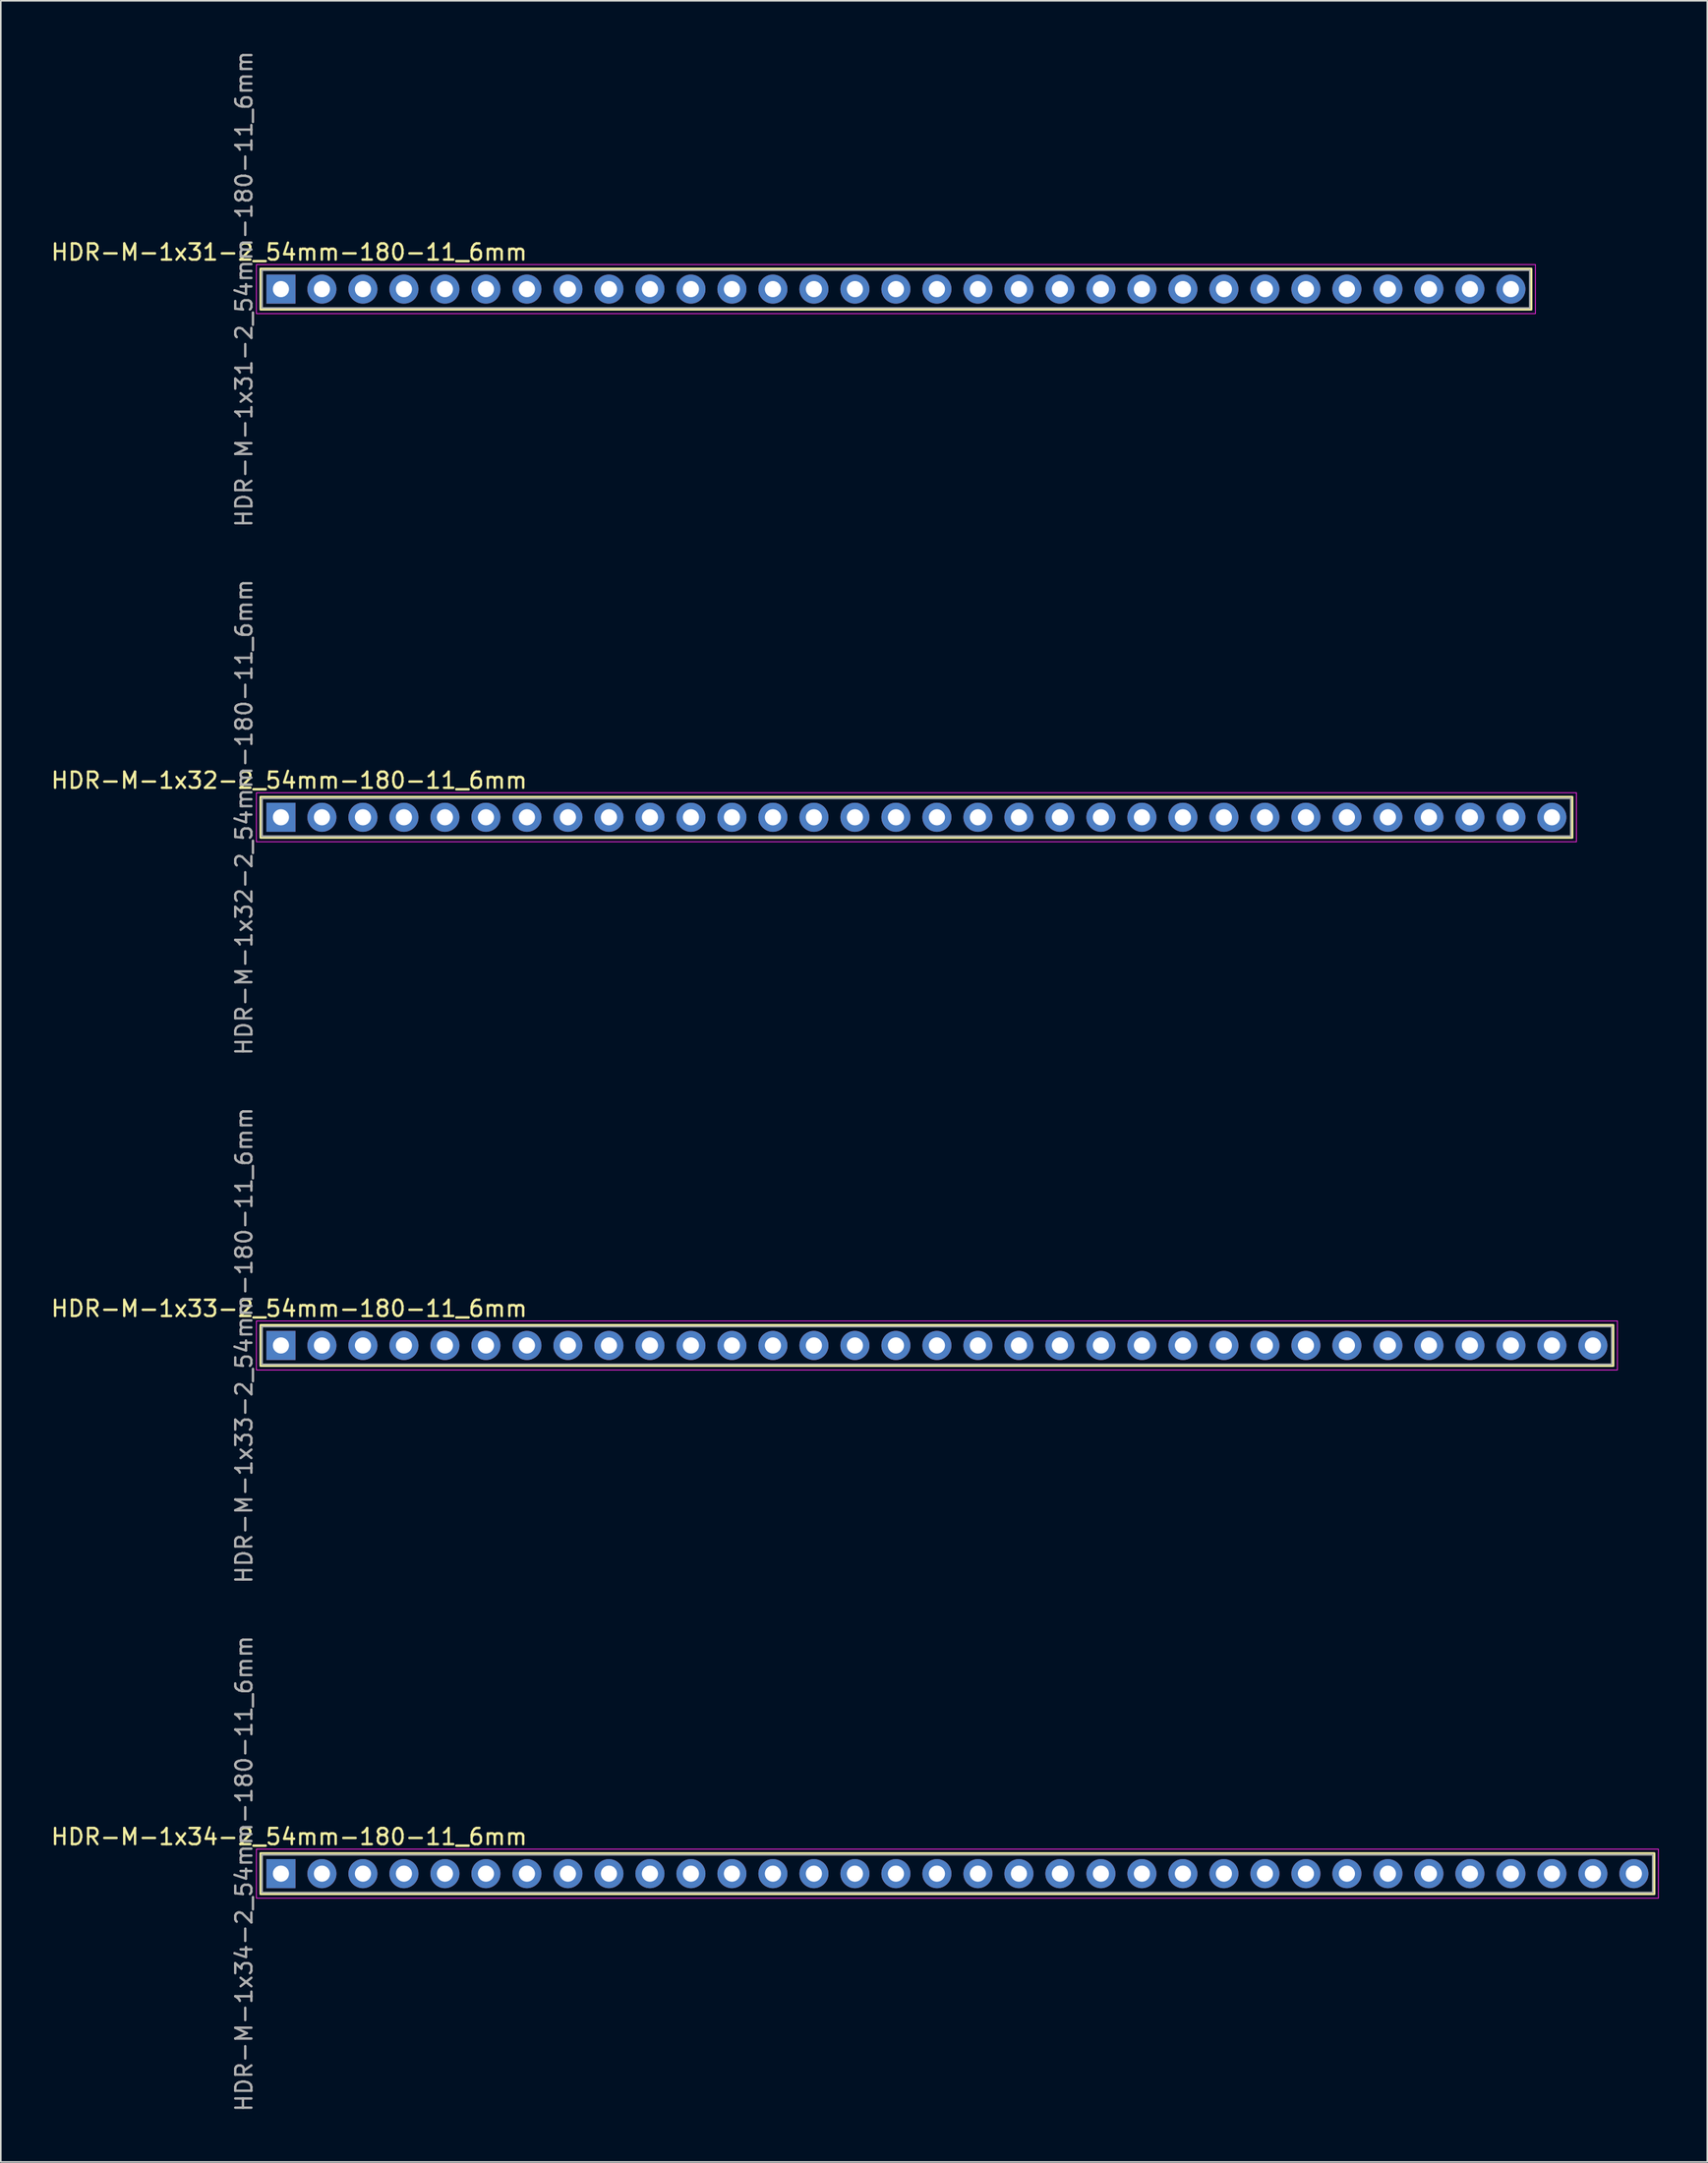
<source format=kicad_pcb>
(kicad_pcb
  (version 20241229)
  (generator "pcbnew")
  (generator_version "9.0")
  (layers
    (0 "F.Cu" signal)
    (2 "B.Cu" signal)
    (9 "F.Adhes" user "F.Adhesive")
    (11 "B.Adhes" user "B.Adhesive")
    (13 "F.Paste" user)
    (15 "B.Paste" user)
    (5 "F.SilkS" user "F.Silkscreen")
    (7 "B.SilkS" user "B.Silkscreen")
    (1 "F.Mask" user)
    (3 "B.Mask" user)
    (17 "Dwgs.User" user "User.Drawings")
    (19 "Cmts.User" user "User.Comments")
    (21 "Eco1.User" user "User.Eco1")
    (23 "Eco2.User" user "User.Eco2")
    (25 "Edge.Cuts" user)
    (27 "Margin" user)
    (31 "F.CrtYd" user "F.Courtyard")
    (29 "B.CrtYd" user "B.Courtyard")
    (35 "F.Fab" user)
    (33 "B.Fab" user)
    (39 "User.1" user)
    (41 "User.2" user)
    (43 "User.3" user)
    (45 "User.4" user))
  (footprint "HDR-M-1x32-2_54mm-180-11_6mm"
    (layer "F.Cu")
    (at 14.355 47.589)
    (property "Reference" "HDR-M-1x32-2_54mm-180-11_6mm" (at 0.508 -2.286 0) (unlocked yes) (layer "F.SilkS") (effects (font (size 1 1) (thickness 0.15))))
    (attr through_hole)
    (fp_rect (start -1.27 -1.27) (end 80.01 1.27) (stroke (width 0.12) (type solid)) (fill no) (layer "F.SilkS"))
    (fp_rect (start -1.52 -1.52) (end 80.26 1.52) (stroke (width 0.05) (type solid)) (fill no) (layer "F.CrtYd"))
    (fp_rect (start -1.17 -1.17) (end 79.91 1.17) (stroke (width 0.1) (type solid)) (fill no) (layer "F.Fab"))
    (fp_text user "${REFERENCE}" (at -2.286 0 90) (unlocked yes) (layer "F.Fab") (effects (font (size 1 1) (thickness 0.15))))
    (pad "1" thru_hole rect (at 0 0) (size 1.8 1.8) (drill 1) (layers "*.Cu" "*.Mask"))
    (pad "2" thru_hole circle (at 2.54 0) (size 1.8 1.8) (drill 1) (layers "*.Cu" "*.Mask"))
    (pad "3" thru_hole circle (at 5.08 0) (size 1.8 1.8) (drill 1) (layers "*.Cu" "*.Mask"))
    (pad "4" thru_hole circle (at 7.62 0) (size 1.8 1.8) (drill 1) (layers "*.Cu" "*.Mask"))
    (pad "5" thru_hole circle (at 10.16 0) (size 1.8 1.8) (drill 1) (layers "*.Cu" "*.Mask"))
    (pad "6" thru_hole circle (at 12.7 0) (size 1.8 1.8) (drill 1) (layers "*.Cu" "*.Mask"))
    (pad "7" thru_hole circle (at 15.24 0) (size 1.8 1.8) (drill 1) (layers "*.Cu" "*.Mask"))
    (pad "8" thru_hole circle (at 17.78 0) (size 1.8 1.8) (drill 1) (layers "*.Cu" "*.Mask"))
    (pad "9" thru_hole circle (at 20.32 0) (size 1.8 1.8) (drill 1) (layers "*.Cu" "*.Mask"))
    (pad "10" thru_hole circle (at 22.86 0) (size 1.8 1.8) (drill 1) (layers "*.Cu" "*.Mask"))
    (pad "11" thru_hole circle (at 25.4 0) (size 1.8 1.8) (drill 1) (layers "*.Cu" "*.Mask"))
    (pad "12" thru_hole circle (at 27.94 0) (size 1.8 1.8) (drill 1) (layers "*.Cu" "*.Mask"))
    (pad "13" thru_hole circle (at 30.48 0) (size 1.8 1.8) (drill 1) (layers "*.Cu" "*.Mask"))
    (pad "14" thru_hole circle (at 33.02 0) (size 1.8 1.8) (drill 1) (layers "*.Cu" "*.Mask"))
    (pad "15" thru_hole circle (at 35.56 0) (size 1.8 1.8) (drill 1) (layers "*.Cu" "*.Mask"))
    (pad "16" thru_hole circle (at 38.1 0) (size 1.8 1.8) (drill 1) (layers "*.Cu" "*.Mask"))
    (pad "17" thru_hole circle (at 40.64 0) (size 1.8 1.8) (drill 1) (layers "*.Cu" "*.Mask"))
    (pad "18" thru_hole circle (at 43.18 0) (size 1.8 1.8) (drill 1) (layers "*.Cu" "*.Mask"))
    (pad "19" thru_hole circle (at 45.72 0) (size 1.8 1.8) (drill 1) (layers "*.Cu" "*.Mask"))
    (pad "20" thru_hole circle (at 48.26 0) (size 1.8 1.8) (drill 1) (layers "*.Cu" "*.Mask"))
    (pad "21" thru_hole circle (at 50.8 0) (size 1.8 1.8) (drill 1) (layers "*.Cu" "*.Mask"))
    (pad "22" thru_hole circle (at 53.34 0) (size 1.8 1.8) (drill 1) (layers "*.Cu" "*.Mask"))
    (pad "23" thru_hole circle (at 55.88 0) (size 1.8 1.8) (drill 1) (layers "*.Cu" "*.Mask"))
    (pad "24" thru_hole circle (at 58.42 0) (size 1.8 1.8) (drill 1) (layers "*.Cu" "*.Mask"))
    (pad "25" thru_hole circle (at 60.96 0) (size 1.8 1.8) (drill 1) (layers "*.Cu" "*.Mask"))
    (pad "26" thru_hole circle (at 63.5 0) (size 1.8 1.8) (drill 1) (layers "*.Cu" "*.Mask"))
    (pad "27" thru_hole circle (at 66.04 0) (size 1.8 1.8) (drill 1) (layers "*.Cu" "*.Mask"))
    (pad "28" thru_hole circle (at 68.58 0) (size 1.8 1.8) (drill 1) (layers "*.Cu" "*.Mask"))
    (pad "29" thru_hole circle (at 71.12 0) (size 1.8 1.8) (drill 1) (layers "*.Cu" "*.Mask"))
    (pad "30" thru_hole circle (at 73.66 0) (size 1.8 1.8) (drill 1) (layers "*.Cu" "*.Mask"))
    (pad "31" thru_hole circle (at 76.2 0) (size 1.8 1.8) (drill 1) (layers "*.Cu" "*.Mask"))
    (pad "32" thru_hole circle (at 78.74 0) (size 1.8 1.8) (drill 1) (layers "*.Cu" "*.Mask")))
  (footprint "HDR-M-1x34-2_54mm-180-11_6mm"
    (layer "F.Cu")
    (at 14.355 113.042)
    (property "Reference" "HDR-M-1x34-2_54mm-180-11_6mm" (at 0.508 -2.286 0) (unlocked yes) (layer "F.SilkS") (effects (font (size 1 1) (thickness 0.15))))
    (attr through_hole)
    (fp_rect (start -1.27 -1.27) (end 85.09 1.27) (stroke (width 0.12) (type solid)) (fill no) (layer "F.SilkS"))
    (fp_rect (start -1.52 -1.52) (end 85.34 1.52) (stroke (width 0.05) (type solid)) (fill no) (layer "F.CrtYd"))
    (fp_rect (start -1.17 -1.17) (end 84.99 1.17) (stroke (width 0.1) (type solid)) (fill no) (layer "F.Fab"))
    (fp_text user "${REFERENCE}" (at -2.286 0 90) (unlocked yes) (layer "F.Fab") (effects (font (size 1 1) (thickness 0.15))))
    (pad "1" thru_hole rect (at 0 0) (size 1.8 1.8) (drill 1) (layers "*.Cu" "*.Mask"))
    (pad "2" thru_hole circle (at 2.54 0) (size 1.8 1.8) (drill 1) (layers "*.Cu" "*.Mask"))
    (pad "3" thru_hole circle (at 5.08 0) (size 1.8 1.8) (drill 1) (layers "*.Cu" "*.Mask"))
    (pad "4" thru_hole circle (at 7.62 0) (size 1.8 1.8) (drill 1) (layers "*.Cu" "*.Mask"))
    (pad "5" thru_hole circle (at 10.16 0) (size 1.8 1.8) (drill 1) (layers "*.Cu" "*.Mask"))
    (pad "6" thru_hole circle (at 12.7 0) (size 1.8 1.8) (drill 1) (layers "*.Cu" "*.Mask"))
    (pad "7" thru_hole circle (at 15.24 0) (size 1.8 1.8) (drill 1) (layers "*.Cu" "*.Mask"))
    (pad "8" thru_hole circle (at 17.78 0) (size 1.8 1.8) (drill 1) (layers "*.Cu" "*.Mask"))
    (pad "9" thru_hole circle (at 20.32 0) (size 1.8 1.8) (drill 1) (layers "*.Cu" "*.Mask"))
    (pad "10" thru_hole circle (at 22.86 0) (size 1.8 1.8) (drill 1) (layers "*.Cu" "*.Mask"))
    (pad "11" thru_hole circle (at 25.4 0) (size 1.8 1.8) (drill 1) (layers "*.Cu" "*.Mask"))
    (pad "12" thru_hole circle (at 27.94 0) (size 1.8 1.8) (drill 1) (layers "*.Cu" "*.Mask"))
    (pad "13" thru_hole circle (at 30.48 0) (size 1.8 1.8) (drill 1) (layers "*.Cu" "*.Mask"))
    (pad "14" thru_hole circle (at 33.02 0) (size 1.8 1.8) (drill 1) (layers "*.Cu" "*.Mask"))
    (pad "15" thru_hole circle (at 35.56 0) (size 1.8 1.8) (drill 1) (layers "*.Cu" "*.Mask"))
    (pad "16" thru_hole circle (at 38.1 0) (size 1.8 1.8) (drill 1) (layers "*.Cu" "*.Mask"))
    (pad "17" thru_hole circle (at 40.64 0) (size 1.8 1.8) (drill 1) (layers "*.Cu" "*.Mask"))
    (pad "18" thru_hole circle (at 43.18 0) (size 1.8 1.8) (drill 1) (layers "*.Cu" "*.Mask"))
    (pad "19" thru_hole circle (at 45.72 0) (size 1.8 1.8) (drill 1) (layers "*.Cu" "*.Mask"))
    (pad "20" thru_hole circle (at 48.26 0) (size 1.8 1.8) (drill 1) (layers "*.Cu" "*.Mask"))
    (pad "21" thru_hole circle (at 50.8 0) (size 1.8 1.8) (drill 1) (layers "*.Cu" "*.Mask"))
    (pad "22" thru_hole circle (at 53.34 0) (size 1.8 1.8) (drill 1) (layers "*.Cu" "*.Mask"))
    (pad "23" thru_hole circle (at 55.88 0) (size 1.8 1.8) (drill 1) (layers "*.Cu" "*.Mask"))
    (pad "24" thru_hole circle (at 58.42 0) (size 1.8 1.8) (drill 1) (layers "*.Cu" "*.Mask"))
    (pad "25" thru_hole circle (at 60.96 0) (size 1.8 1.8) (drill 1) (layers "*.Cu" "*.Mask"))
    (pad "26" thru_hole circle (at 63.5 0) (size 1.8 1.8) (drill 1) (layers "*.Cu" "*.Mask"))
    (pad "27" thru_hole circle (at 66.04 0) (size 1.8 1.8) (drill 1) (layers "*.Cu" "*.Mask"))
    (pad "28" thru_hole circle (at 68.58 0) (size 1.8 1.8) (drill 1) (layers "*.Cu" "*.Mask"))
    (pad "29" thru_hole circle (at 71.12 0) (size 1.8 1.8) (drill 1) (layers "*.Cu" "*.Mask"))
    (pad "30" thru_hole circle (at 73.66 0) (size 1.8 1.8) (drill 1) (layers "*.Cu" "*.Mask"))
    (pad "31" thru_hole circle (at 76.2 0) (size 1.8 1.8) (drill 1) (layers "*.Cu" "*.Mask"))
    (pad "32" thru_hole circle (at 78.74 0) (size 1.8 1.8) (drill 1) (layers "*.Cu" "*.Mask"))
    (pad "33" thru_hole circle (at 81.28 0) (size 1.8 1.8) (drill 1) (layers "*.Cu" "*.Mask"))
    (pad "34" thru_hole circle (at 83.82 0) (size 1.8 1.8) (drill 1) (layers "*.Cu" "*.Mask")))
  (footprint "HDR-M-1x31-2_54mm-180-11_6mm"
    (layer "F.Cu")
    (at 14.355 14.863)
    (property "Reference" "HDR-M-1x31-2_54mm-180-11_6mm" (at 0.508 -2.286 0) (unlocked yes) (layer "F.SilkS") (effects (font (size 1 1) (thickness 0.15))))
    (attr through_hole)
    (fp_rect (start -1.27 -1.27) (end 77.47 1.27) (stroke (width 0.12) (type solid)) (fill no) (layer "F.SilkS"))
    (fp_rect (start -1.52 -1.52) (end 77.72 1.52) (stroke (width 0.05) (type solid)) (fill no) (layer "F.CrtYd"))
    (fp_rect (start -1.17 -1.17) (end 77.37 1.17) (stroke (width 0.1) (type solid)) (fill no) (layer "F.Fab"))
    (fp_text user "${REFERENCE}" (at -2.286 0 90) (unlocked yes) (layer "F.Fab") (effects (font (size 1 1) (thickness 0.15))))
    (pad "1" thru_hole rect (at 0 0) (size 1.8 1.8) (drill 1) (layers "*.Cu" "*.Mask"))
    (pad "2" thru_hole circle (at 2.54 0) (size 1.8 1.8) (drill 1) (layers "*.Cu" "*.Mask"))
    (pad "3" thru_hole circle (at 5.08 0) (size 1.8 1.8) (drill 1) (layers "*.Cu" "*.Mask"))
    (pad "4" thru_hole circle (at 7.62 0) (size 1.8 1.8) (drill 1) (layers "*.Cu" "*.Mask"))
    (pad "5" thru_hole circle (at 10.16 0) (size 1.8 1.8) (drill 1) (layers "*.Cu" "*.Mask"))
    (pad "6" thru_hole circle (at 12.7 0) (size 1.8 1.8) (drill 1) (layers "*.Cu" "*.Mask"))
    (pad "7" thru_hole circle (at 15.24 0) (size 1.8 1.8) (drill 1) (layers "*.Cu" "*.Mask"))
    (pad "8" thru_hole circle (at 17.78 0) (size 1.8 1.8) (drill 1) (layers "*.Cu" "*.Mask"))
    (pad "9" thru_hole circle (at 20.32 0) (size 1.8 1.8) (drill 1) (layers "*.Cu" "*.Mask"))
    (pad "10" thru_hole circle (at 22.86 0) (size 1.8 1.8) (drill 1) (layers "*.Cu" "*.Mask"))
    (pad "11" thru_hole circle (at 25.4 0) (size 1.8 1.8) (drill 1) (layers "*.Cu" "*.Mask"))
    (pad "12" thru_hole circle (at 27.94 0) (size 1.8 1.8) (drill 1) (layers "*.Cu" "*.Mask"))
    (pad "13" thru_hole circle (at 30.48 0) (size 1.8 1.8) (drill 1) (layers "*.Cu" "*.Mask"))
    (pad "14" thru_hole circle (at 33.02 0) (size 1.8 1.8) (drill 1) (layers "*.Cu" "*.Mask"))
    (pad "15" thru_hole circle (at 35.56 0) (size 1.8 1.8) (drill 1) (layers "*.Cu" "*.Mask"))
    (pad "16" thru_hole circle (at 38.1 0) (size 1.8 1.8) (drill 1) (layers "*.Cu" "*.Mask"))
    (pad "17" thru_hole circle (at 40.64 0) (size 1.8 1.8) (drill 1) (layers "*.Cu" "*.Mask"))
    (pad "18" thru_hole circle (at 43.18 0) (size 1.8 1.8) (drill 1) (layers "*.Cu" "*.Mask"))
    (pad "19" thru_hole circle (at 45.72 0) (size 1.8 1.8) (drill 1) (layers "*.Cu" "*.Mask"))
    (pad "20" thru_hole circle (at 48.26 0) (size 1.8 1.8) (drill 1) (layers "*.Cu" "*.Mask"))
    (pad "21" thru_hole circle (at 50.8 0) (size 1.8 1.8) (drill 1) (layers "*.Cu" "*.Mask"))
    (pad "22" thru_hole circle (at 53.34 0) (size 1.8 1.8) (drill 1) (layers "*.Cu" "*.Mask"))
    (pad "23" thru_hole circle (at 55.88 0) (size 1.8 1.8) (drill 1) (layers "*.Cu" "*.Mask"))
    (pad "24" thru_hole circle (at 58.42 0) (size 1.8 1.8) (drill 1) (layers "*.Cu" "*.Mask"))
    (pad "25" thru_hole circle (at 60.96 0) (size 1.8 1.8) (drill 1) (layers "*.Cu" "*.Mask"))
    (pad "26" thru_hole circle (at 63.5 0) (size 1.8 1.8) (drill 1) (layers "*.Cu" "*.Mask"))
    (pad "27" thru_hole circle (at 66.04 0) (size 1.8 1.8) (drill 1) (layers "*.Cu" "*.Mask"))
    (pad "28" thru_hole circle (at 68.58 0) (size 1.8 1.8) (drill 1) (layers "*.Cu" "*.Mask"))
    (pad "29" thru_hole circle (at 71.12 0) (size 1.8 1.8) (drill 1) (layers "*.Cu" "*.Mask"))
    (pad "30" thru_hole circle (at 73.66 0) (size 1.8 1.8) (drill 1) (layers "*.Cu" "*.Mask"))
    (pad "31" thru_hole circle (at 76.2 0) (size 1.8 1.8) (drill 1) (layers "*.Cu" "*.Mask")))
  (footprint "HDR-M-1x33-2_54mm-180-11_6mm"
    (layer "F.Cu")
    (at 14.355 80.315)
    (property "Reference" "HDR-M-1x33-2_54mm-180-11_6mm" (at 0.508 -2.286 0) (unlocked yes) (layer "F.SilkS") (effects (font (size 1 1) (thickness 0.15))))
    (attr through_hole)
    (fp_rect (start -1.27 -1.27) (end 82.55 1.27) (stroke (width 0.12) (type solid)) (fill no) (layer "F.SilkS"))
    (fp_rect (start -1.52 -1.52) (end 82.8 1.52) (stroke (width 0.05) (type solid)) (fill no) (layer "F.CrtYd"))
    (fp_rect (start -1.17 -1.17) (end 82.45 1.17) (stroke (width 0.1) (type solid)) (fill no) (layer "F.Fab"))
    (fp_text user "${REFERENCE}" (at -2.286 0 90) (unlocked yes) (layer "F.Fab") (effects (font (size 1 1) (thickness 0.15))))
    (pad "1" thru_hole rect (at 0 0) (size 1.8 1.8) (drill 1) (layers "*.Cu" "*.Mask"))
    (pad "2" thru_hole circle (at 2.54 0) (size 1.8 1.8) (drill 1) (layers "*.Cu" "*.Mask"))
    (pad "3" thru_hole circle (at 5.08 0) (size 1.8 1.8) (drill 1) (layers "*.Cu" "*.Mask"))
    (pad "4" thru_hole circle (at 7.62 0) (size 1.8 1.8) (drill 1) (layers "*.Cu" "*.Mask"))
    (pad "5" thru_hole circle (at 10.16 0) (size 1.8 1.8) (drill 1) (layers "*.Cu" "*.Mask"))
    (pad "6" thru_hole circle (at 12.7 0) (size 1.8 1.8) (drill 1) (layers "*.Cu" "*.Mask"))
    (pad "7" thru_hole circle (at 15.24 0) (size 1.8 1.8) (drill 1) (layers "*.Cu" "*.Mask"))
    (pad "8" thru_hole circle (at 17.78 0) (size 1.8 1.8) (drill 1) (layers "*.Cu" "*.Mask"))
    (pad "9" thru_hole circle (at 20.32 0) (size 1.8 1.8) (drill 1) (layers "*.Cu" "*.Mask"))
    (pad "10" thru_hole circle (at 22.86 0) (size 1.8 1.8) (drill 1) (layers "*.Cu" "*.Mask"))
    (pad "11" thru_hole circle (at 25.4 0) (size 1.8 1.8) (drill 1) (layers "*.Cu" "*.Mask"))
    (pad "12" thru_hole circle (at 27.94 0) (size 1.8 1.8) (drill 1) (layers "*.Cu" "*.Mask"))
    (pad "13" thru_hole circle (at 30.48 0) (size 1.8 1.8) (drill 1) (layers "*.Cu" "*.Mask"))
    (pad "14" thru_hole circle (at 33.02 0) (size 1.8 1.8) (drill 1) (layers "*.Cu" "*.Mask"))
    (pad "15" thru_hole circle (at 35.56 0) (size 1.8 1.8) (drill 1) (layers "*.Cu" "*.Mask"))
    (pad "16" thru_hole circle (at 38.1 0) (size 1.8 1.8) (drill 1) (layers "*.Cu" "*.Mask"))
    (pad "17" thru_hole circle (at 40.64 0) (size 1.8 1.8) (drill 1) (layers "*.Cu" "*.Mask"))
    (pad "18" thru_hole circle (at 43.18 0) (size 1.8 1.8) (drill 1) (layers "*.Cu" "*.Mask"))
    (pad "19" thru_hole circle (at 45.72 0) (size 1.8 1.8) (drill 1) (layers "*.Cu" "*.Mask"))
    (pad "20" thru_hole circle (at 48.26 0) (size 1.8 1.8) (drill 1) (layers "*.Cu" "*.Mask"))
    (pad "21" thru_hole circle (at 50.8 0) (size 1.8 1.8) (drill 1) (layers "*.Cu" "*.Mask"))
    (pad "22" thru_hole circle (at 53.34 0) (size 1.8 1.8) (drill 1) (layers "*.Cu" "*.Mask"))
    (pad "23" thru_hole circle (at 55.88 0) (size 1.8 1.8) (drill 1) (layers "*.Cu" "*.Mask"))
    (pad "24" thru_hole circle (at 58.42 0) (size 1.8 1.8) (drill 1) (layers "*.Cu" "*.Mask"))
    (pad "25" thru_hole circle (at 60.96 0) (size 1.8 1.8) (drill 1) (layers "*.Cu" "*.Mask"))
    (pad "26" thru_hole circle (at 63.5 0) (size 1.8 1.8) (drill 1) (layers "*.Cu" "*.Mask"))
    (pad "27" thru_hole circle (at 66.04 0) (size 1.8 1.8) (drill 1) (layers "*.Cu" "*.Mask"))
    (pad "28" thru_hole circle (at 68.58 0) (size 1.8 1.8) (drill 1) (layers "*.Cu" "*.Mask"))
    (pad "29" thru_hole circle (at 71.12 0) (size 1.8 1.8) (drill 1) (layers "*.Cu" "*.Mask"))
    (pad "30" thru_hole circle (at 73.66 0) (size 1.8 1.8) (drill 1) (layers "*.Cu" "*.Mask"))
    (pad "31" thru_hole circle (at 76.2 0) (size 1.8 1.8) (drill 1) (layers "*.Cu" "*.Mask"))
    (pad "32" thru_hole circle (at 78.74 0) (size 1.8 1.8) (drill 1) (layers "*.Cu" "*.Mask"))
    (pad "33" thru_hole circle (at 81.28 0) (size 1.8 1.8) (drill 1) (layers "*.Cu" "*.Mask")))
  (gr_rect
    (start -3 -3)
    (end 102.72 130.905)
    (stroke (width 0.1) (type default))
    (fill no)
    (layer "Edge.Cuts")))
</source>
